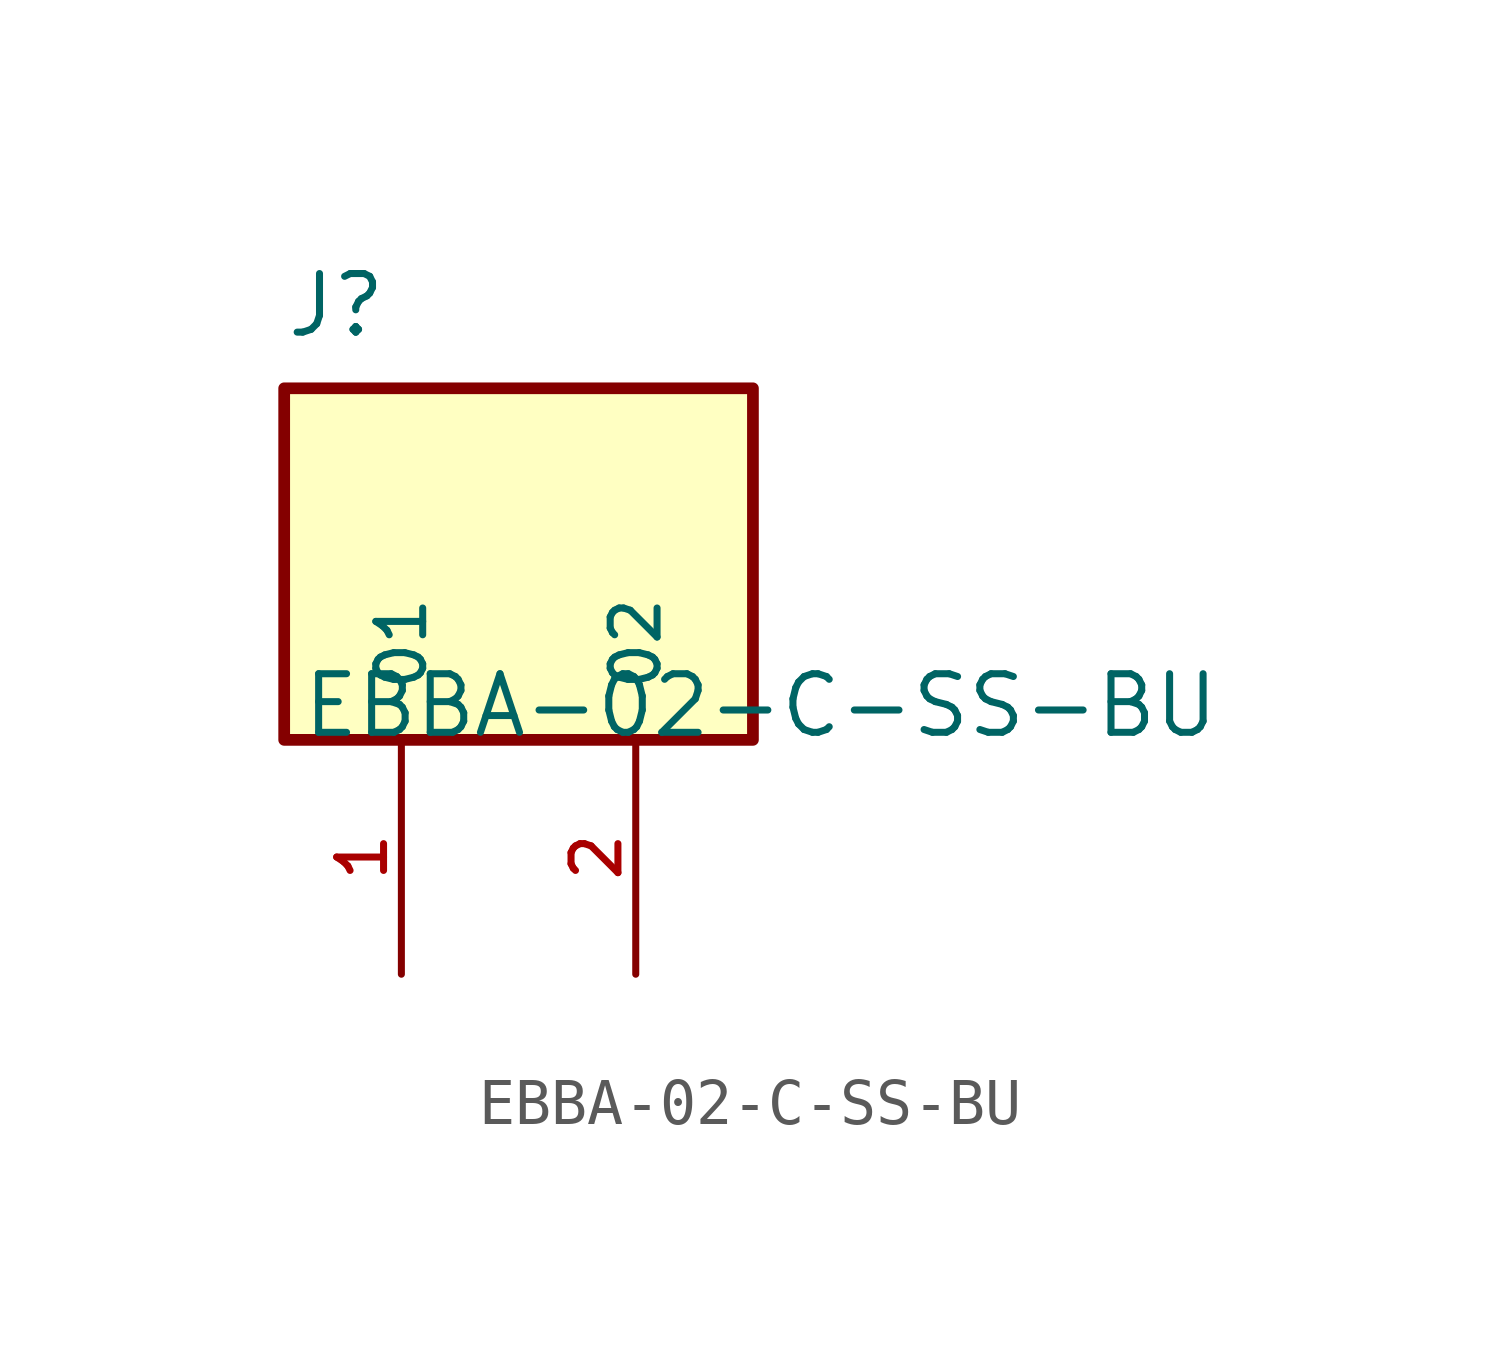
<source format=kicad_sym>
(kicad_symbol_lib
  (version 20211014)
  (generator kicad_symbol_editor)
  (symbol "EBBA-02-C-SS-BU"
    (pin_names
      (offset 1.016))
    (property "Reference" "J"
      (at -5.08 7.62 0)
      (effects (font (size 1.27 1.27)) (justify top left)))
    (property "Value" "EBBA-02-C-SS-BU"
      (at 15.24 -2.54 0)
      (effects (font (size 1.27 1.27)) (justify bottom right)))
    (symbol "EBBA-02-C-SS-BU_0_0"
      (rectangle (start -5.08 -2.54) (end 5.08 5.08) (stroke (width 0.254)) (fill (type background)))
      (pin bidirectional line (at -2.54 -7.62 90.0) (length 5.08) (name "01" (effects (font (size 1.016 1.016)))) (number "1" (effects (font (size 1.016 1.016)))))
      (pin bidirectional line (at 2.54 -7.62 90.0) (length 5.08) (name "02" (effects (font (size 1.016 1.016)))) (number "2" (effects (font (size 1.016 1.016))))))))
</source>
